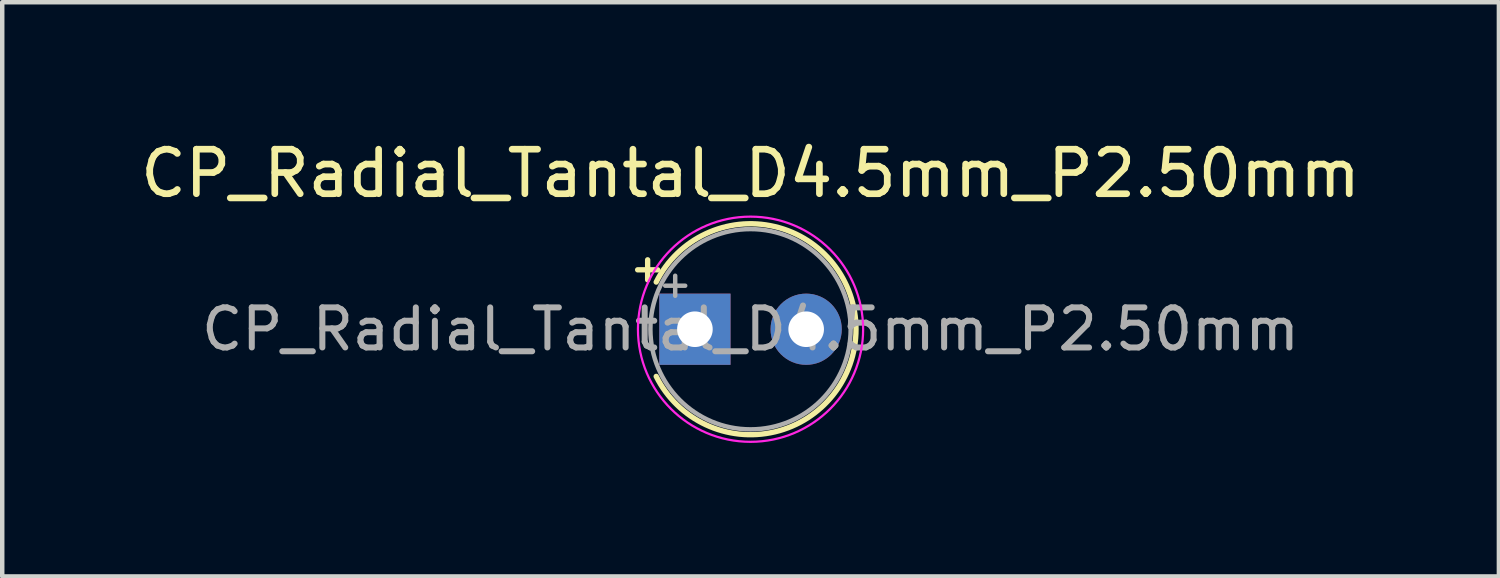
<source format=kicad_pcb>
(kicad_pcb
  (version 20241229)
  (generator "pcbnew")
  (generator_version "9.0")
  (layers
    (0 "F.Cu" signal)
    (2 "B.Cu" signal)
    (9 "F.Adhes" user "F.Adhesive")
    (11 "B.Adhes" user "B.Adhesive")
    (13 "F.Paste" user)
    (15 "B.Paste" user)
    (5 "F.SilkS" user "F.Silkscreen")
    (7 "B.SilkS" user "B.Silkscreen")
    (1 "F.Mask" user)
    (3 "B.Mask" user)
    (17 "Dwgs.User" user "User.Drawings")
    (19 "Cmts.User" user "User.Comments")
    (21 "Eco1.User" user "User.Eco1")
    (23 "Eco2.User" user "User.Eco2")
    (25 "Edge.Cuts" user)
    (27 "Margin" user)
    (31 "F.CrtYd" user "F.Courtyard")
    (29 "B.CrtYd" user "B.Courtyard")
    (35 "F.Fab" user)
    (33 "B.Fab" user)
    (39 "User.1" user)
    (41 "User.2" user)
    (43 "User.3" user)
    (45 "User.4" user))
  (footprint "CP_Radial_Tantal_D4.5mm_P2.50mm"
    (layer "F.Cu")
    (at 12.565 4.348)
    (property "Reference" "CP_Radial_Tantal_D4.5mm_P2.50mm" (at 1.25 -3.5 0) (layer "F.SilkS") (effects (font (size 1 1) (thickness 0.15))))
    (attr through_hole)
    (fp_line (start -1.287 -1.335) (end -0.837 -1.335) (stroke (width 0.12) (type solid)) (layer "F.SilkS"))
    (fp_line (start -1.062 -1.56) (end -1.062 -1.11) (stroke (width 0.12) (type solid)) (layer "F.SilkS"))
    (fp_arc (start -0.869741 -1.06) (mid 3.62 0) (end -0.869741 1.06) (stroke (width 0.12) (type solid)) (layer "F.SilkS"))
    (fp_circle (center 1.25 0) (end 3.78 0) (stroke (width 0.05) (type solid)) (fill no) (layer "F.CrtYd"))
    (fp_line (start -0.668 -0.978) (end -0.218 -0.978) (stroke (width 0.1) (type solid)) (layer "F.Fab"))
    (fp_line (start -0.443 -1.202) (end -0.443 -0.752) (stroke (width 0.1) (type solid)) (layer "F.Fab"))
    (fp_circle (center 1.25 0) (end 3.5 0) (stroke (width 0.1) (type solid)) (fill no) (layer "F.Fab"))
    (fp_text user "${REFERENCE}" (at 1.25 0 0) (layer "F.Fab") (effects (font (size 0.9 0.9) (thickness 0.135))))
    (pad "1" thru_hole rect (at 0 0) (size 1.6 1.6) (drill 0.8) (layers "*.Cu" "*.Mask"))
    (pad "2" thru_hole circle (at 2.5 0) (size 1.6 1.6) (drill 0.8) (layers "*.Cu" "*.Mask")))
  (gr_rect
    (start -3 -3)
    (end 30.631 9.903)
    (stroke (width 0.1) (type default))
    (fill no)
    (layer "Edge.Cuts")))
</source>
